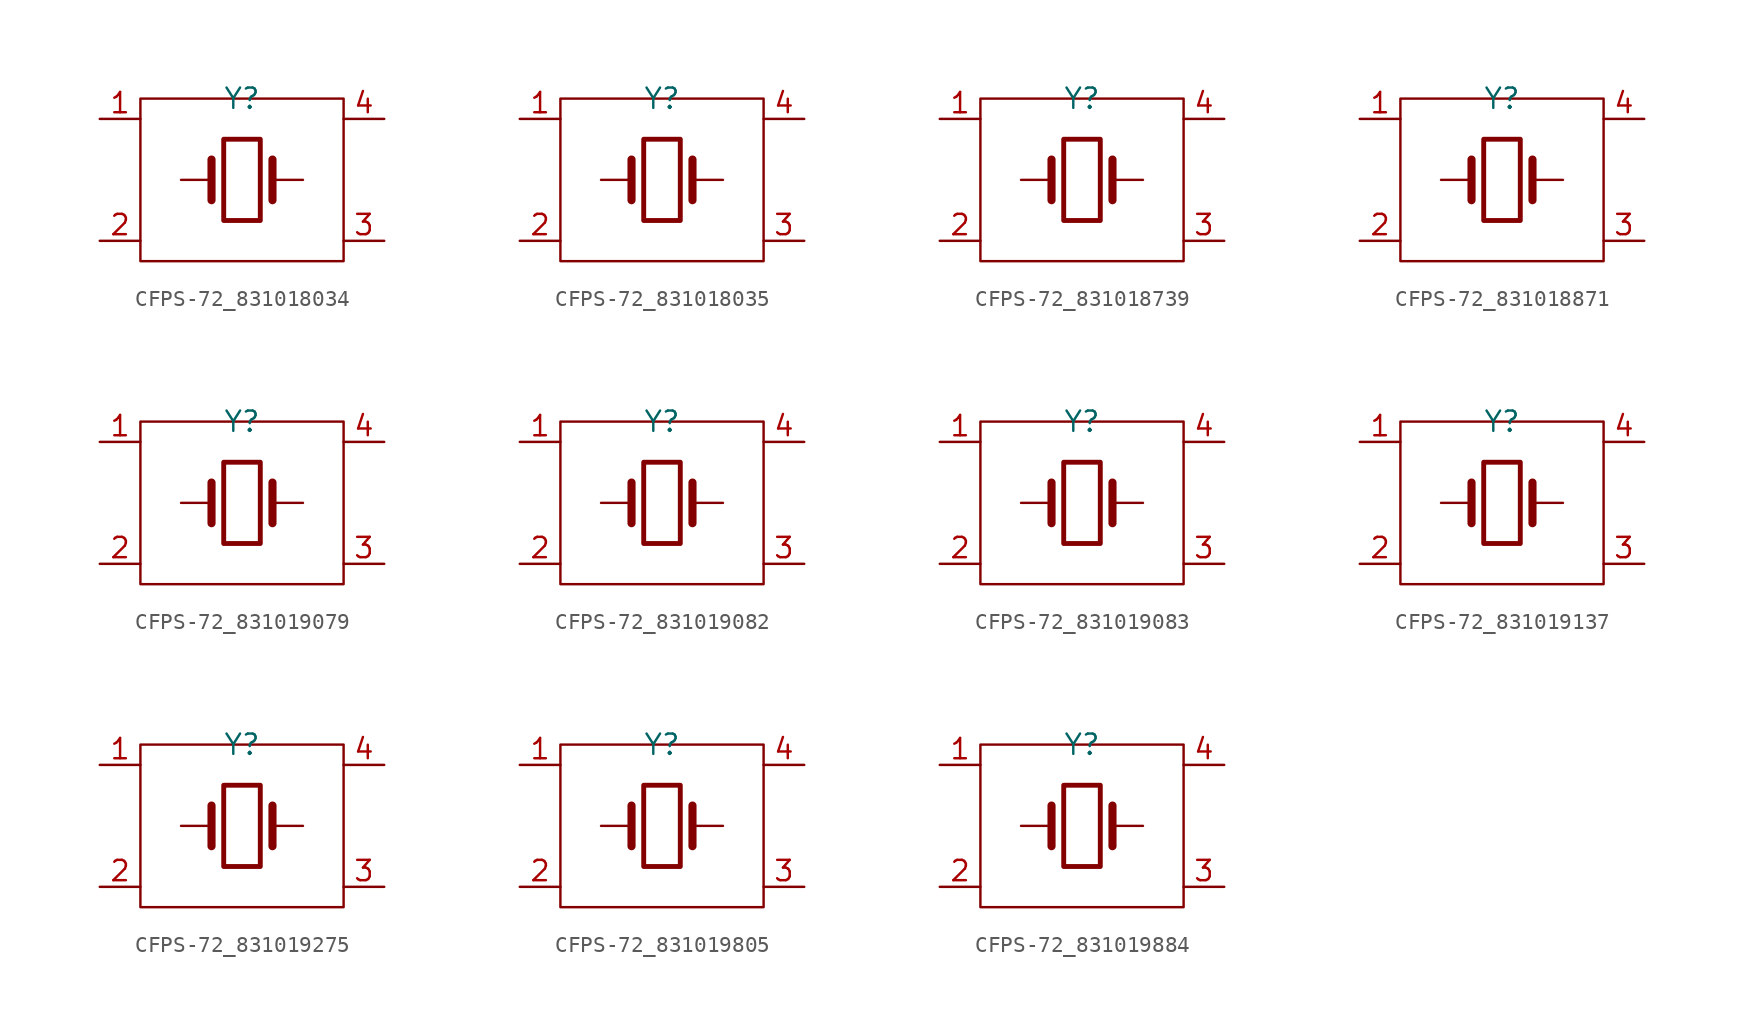
<source format=kicad_sym>
(kicad_symbol_lib
  (version 20220914)
  (generator kicad_symbol_editor)
  (symbol "CFPS-72_831018034"
    (pin_names hide)
    (property "Reference" "Y"
      (at 0 5.08 0)
      (effects (font (size 1.27 1.27))))
    (property "Critical Parameter" ""
      (at 0 -5.08 0)
      (effects (font (size 1.27 1.27)) (justify left)))
    (symbol "CFPS-72_831018034_0_1"
      (rectangle (start -6.35 5.08) (end 6.35 -5.08) (stroke (width 0) (type default)) (fill (type none)))
      (rectangle (start -1.143 2.54) (end 1.143 -2.54) (stroke (width 0.305) (type default)) (fill (type none)))
      (polyline (pts (xy -3.81 0) (xy -1.905 0)) (stroke (width 0) (type default)) (fill (type none)))
      (polyline (pts (xy -1.905 -1.27) (xy -1.905 1.27)) (stroke (width 0.508) (type default)) (fill (type none)))
      (polyline (pts (xy 1.905 -1.27) (xy 1.905 1.27)) (stroke (width 0.508) (type default)) (fill (type none)))
      (polyline (pts (xy 3.81 0) (xy 1.905 0)) (stroke (width 0) (type default)) (fill (type none))))
    (symbol "CFPS-72_831018034_1_1"
      (pin passive line (at -8.89 3.81 0) (length 2.54) (name "E/D" (effects (font (size 1.27 1.27)))) (number "1" (effects (font (size 1.27 1.27)))))
      (pin passive line (at -8.89 -3.81 0) (length 2.54) (name "GND" (effects (font (size 1.27 1.27)))) (number "2" (effects (font (size 1.27 1.27)))))
      (pin passive line (at 8.89 -3.81 180) (length 2.54) (name "OUT" (effects (font (size 1.27 1.27)))) (number "3" (effects (font (size 1.27 1.27)))))
      (pin passive line (at 8.89 3.81 180) (length 2.54) (name "+VS" (effects (font (size 1.27 1.27)))) (number "4" (effects (font (size 1.27 1.27)))))))
  (symbol "CFPS-72_831018035"
    (pin_names hide)
    (property "Reference" "Y"
      (at 0 5.08 0)
      (effects (font (size 1.27 1.27))))
    (property "Critical Parameter" ""
      (at 0 -5.08 0)
      (effects (font (size 1.27 1.27)) (justify left)))
    (symbol "CFPS-72_831018035_0_1"
      (rectangle (start -6.35 5.08) (end 6.35 -5.08) (stroke (width 0) (type default)) (fill (type none)))
      (rectangle (start -1.143 2.54) (end 1.143 -2.54) (stroke (width 0.305) (type default)) (fill (type none)))
      (polyline (pts (xy -3.81 0) (xy -1.905 0)) (stroke (width 0) (type default)) (fill (type none)))
      (polyline (pts (xy -1.905 -1.27) (xy -1.905 1.27)) (stroke (width 0.508) (type default)) (fill (type none)))
      (polyline (pts (xy 1.905 -1.27) (xy 1.905 1.27)) (stroke (width 0.508) (type default)) (fill (type none)))
      (polyline (pts (xy 3.81 0) (xy 1.905 0)) (stroke (width 0) (type default)) (fill (type none))))
    (symbol "CFPS-72_831018035_1_1"
      (pin passive line (at -8.89 3.81 0) (length 2.54) (name "E/D" (effects (font (size 1.27 1.27)))) (number "1" (effects (font (size 1.27 1.27)))))
      (pin passive line (at -8.89 -3.81 0) (length 2.54) (name "GND" (effects (font (size 1.27 1.27)))) (number "2" (effects (font (size 1.27 1.27)))))
      (pin passive line (at 8.89 -3.81 180) (length 2.54) (name "OUT" (effects (font (size 1.27 1.27)))) (number "3" (effects (font (size 1.27 1.27)))))
      (pin passive line (at 8.89 3.81 180) (length 2.54) (name "+VS" (effects (font (size 1.27 1.27)))) (number "4" (effects (font (size 1.27 1.27)))))))
  (symbol "CFPS-72_831018739"
    (pin_names hide)
    (property "Reference" "Y"
      (at 0 5.08 0)
      (effects (font (size 1.27 1.27))))
    (property "Critical Parameter" ""
      (at 0 -5.08 0)
      (effects (font (size 1.27 1.27)) (justify left)))
    (symbol "CFPS-72_831018739_0_1"
      (rectangle (start -6.35 5.08) (end 6.35 -5.08) (stroke (width 0) (type default)) (fill (type none)))
      (rectangle (start -1.143 2.54) (end 1.143 -2.54) (stroke (width 0.305) (type default)) (fill (type none)))
      (polyline (pts (xy -3.81 0) (xy -1.905 0)) (stroke (width 0) (type default)) (fill (type none)))
      (polyline (pts (xy -1.905 -1.27) (xy -1.905 1.27)) (stroke (width 0.508) (type default)) (fill (type none)))
      (polyline (pts (xy 1.905 -1.27) (xy 1.905 1.27)) (stroke (width 0.508) (type default)) (fill (type none)))
      (polyline (pts (xy 3.81 0) (xy 1.905 0)) (stroke (width 0) (type default)) (fill (type none))))
    (symbol "CFPS-72_831018739_1_1"
      (pin passive line (at -8.89 3.81 0) (length 2.54) (name "E/D" (effects (font (size 1.27 1.27)))) (number "1" (effects (font (size 1.27 1.27)))))
      (pin passive line (at -8.89 -3.81 0) (length 2.54) (name "GND" (effects (font (size 1.27 1.27)))) (number "2" (effects (font (size 1.27 1.27)))))
      (pin passive line (at 8.89 -3.81 180) (length 2.54) (name "OUT" (effects (font (size 1.27 1.27)))) (number "3" (effects (font (size 1.27 1.27)))))
      (pin passive line (at 8.89 3.81 180) (length 2.54) (name "+VS" (effects (font (size 1.27 1.27)))) (number "4" (effects (font (size 1.27 1.27)))))))
  (symbol "CFPS-72_831018871"
    (pin_names hide)
    (property "Reference" "Y"
      (at 0 5.08 0)
      (effects (font (size 1.27 1.27))))
    (property "Critical Parameter" ""
      (at 0 -5.08 0)
      (effects (font (size 1.27 1.27)) (justify left)))
    (symbol "CFPS-72_831018871_0_1"
      (rectangle (start -6.35 5.08) (end 6.35 -5.08) (stroke (width 0) (type default)) (fill (type none)))
      (rectangle (start -1.143 2.54) (end 1.143 -2.54) (stroke (width 0.305) (type default)) (fill (type none)))
      (polyline (pts (xy -3.81 0) (xy -1.905 0)) (stroke (width 0) (type default)) (fill (type none)))
      (polyline (pts (xy -1.905 -1.27) (xy -1.905 1.27)) (stroke (width 0.508) (type default)) (fill (type none)))
      (polyline (pts (xy 1.905 -1.27) (xy 1.905 1.27)) (stroke (width 0.508) (type default)) (fill (type none)))
      (polyline (pts (xy 3.81 0) (xy 1.905 0)) (stroke (width 0) (type default)) (fill (type none))))
    (symbol "CFPS-72_831018871_1_1"
      (pin passive line (at -8.89 3.81 0) (length 2.54) (name "E/D" (effects (font (size 1.27 1.27)))) (number "1" (effects (font (size 1.27 1.27)))))
      (pin passive line (at -8.89 -3.81 0) (length 2.54) (name "GND" (effects (font (size 1.27 1.27)))) (number "2" (effects (font (size 1.27 1.27)))))
      (pin passive line (at 8.89 -3.81 180) (length 2.54) (name "OUT" (effects (font (size 1.27 1.27)))) (number "3" (effects (font (size 1.27 1.27)))))
      (pin passive line (at 8.89 3.81 180) (length 2.54) (name "+VS" (effects (font (size 1.27 1.27)))) (number "4" (effects (font (size 1.27 1.27)))))))
  (symbol "CFPS-72_831019079"
    (pin_names hide)
    (property "Reference" "Y"
      (at 0 5.08 0)
      (effects (font (size 1.27 1.27))))
    (property "Critical Parameter" ""
      (at 0 -5.08 0)
      (effects (font (size 1.27 1.27)) (justify left)))
    (symbol "CFPS-72_831019079_0_1"
      (rectangle (start -6.35 5.08) (end 6.35 -5.08) (stroke (width 0) (type default)) (fill (type none)))
      (rectangle (start -1.143 2.54) (end 1.143 -2.54) (stroke (width 0.305) (type default)) (fill (type none)))
      (polyline (pts (xy -3.81 0) (xy -1.905 0)) (stroke (width 0) (type default)) (fill (type none)))
      (polyline (pts (xy -1.905 -1.27) (xy -1.905 1.27)) (stroke (width 0.508) (type default)) (fill (type none)))
      (polyline (pts (xy 1.905 -1.27) (xy 1.905 1.27)) (stroke (width 0.508) (type default)) (fill (type none)))
      (polyline (pts (xy 3.81 0) (xy 1.905 0)) (stroke (width 0) (type default)) (fill (type none))))
    (symbol "CFPS-72_831019079_1_1"
      (pin passive line (at -8.89 3.81 0) (length 2.54) (name "E/D" (effects (font (size 1.27 1.27)))) (number "1" (effects (font (size 1.27 1.27)))))
      (pin passive line (at -8.89 -3.81 0) (length 2.54) (name "GND" (effects (font (size 1.27 1.27)))) (number "2" (effects (font (size 1.27 1.27)))))
      (pin passive line (at 8.89 -3.81 180) (length 2.54) (name "OUT" (effects (font (size 1.27 1.27)))) (number "3" (effects (font (size 1.27 1.27)))))
      (pin passive line (at 8.89 3.81 180) (length 2.54) (name "+VS" (effects (font (size 1.27 1.27)))) (number "4" (effects (font (size 1.27 1.27)))))))
  (symbol "CFPS-72_831019082"
    (pin_names hide)
    (property "Reference" "Y"
      (at 0 5.08 0)
      (effects (font (size 1.27 1.27))))
    (property "Critical Parameter" ""
      (at 0 -5.08 0)
      (effects (font (size 1.27 1.27)) (justify left)))
    (symbol "CFPS-72_831019082_0_1"
      (rectangle (start -6.35 5.08) (end 6.35 -5.08) (stroke (width 0) (type default)) (fill (type none)))
      (rectangle (start -1.143 2.54) (end 1.143 -2.54) (stroke (width 0.305) (type default)) (fill (type none)))
      (polyline (pts (xy -3.81 0) (xy -1.905 0)) (stroke (width 0) (type default)) (fill (type none)))
      (polyline (pts (xy -1.905 -1.27) (xy -1.905 1.27)) (stroke (width 0.508) (type default)) (fill (type none)))
      (polyline (pts (xy 1.905 -1.27) (xy 1.905 1.27)) (stroke (width 0.508) (type default)) (fill (type none)))
      (polyline (pts (xy 3.81 0) (xy 1.905 0)) (stroke (width 0) (type default)) (fill (type none))))
    (symbol "CFPS-72_831019082_1_1"
      (pin passive line (at -8.89 3.81 0) (length 2.54) (name "E/D" (effects (font (size 1.27 1.27)))) (number "1" (effects (font (size 1.27 1.27)))))
      (pin passive line (at -8.89 -3.81 0) (length 2.54) (name "GND" (effects (font (size 1.27 1.27)))) (number "2" (effects (font (size 1.27 1.27)))))
      (pin passive line (at 8.89 -3.81 180) (length 2.54) (name "OUT" (effects (font (size 1.27 1.27)))) (number "3" (effects (font (size 1.27 1.27)))))
      (pin passive line (at 8.89 3.81 180) (length 2.54) (name "+VS" (effects (font (size 1.27 1.27)))) (number "4" (effects (font (size 1.27 1.27)))))))
  (symbol "CFPS-72_831019083"
    (pin_names hide)
    (property "Reference" "Y"
      (at 0 5.08 0)
      (effects (font (size 1.27 1.27))))
    (property "Critical Parameter" ""
      (at 0 -5.08 0)
      (effects (font (size 1.27 1.27)) (justify left)))
    (symbol "CFPS-72_831019083_0_1"
      (rectangle (start -6.35 5.08) (end 6.35 -5.08) (stroke (width 0) (type default)) (fill (type none)))
      (rectangle (start -1.143 2.54) (end 1.143 -2.54) (stroke (width 0.305) (type default)) (fill (type none)))
      (polyline (pts (xy -3.81 0) (xy -1.905 0)) (stroke (width 0) (type default)) (fill (type none)))
      (polyline (pts (xy -1.905 -1.27) (xy -1.905 1.27)) (stroke (width 0.508) (type default)) (fill (type none)))
      (polyline (pts (xy 1.905 -1.27) (xy 1.905 1.27)) (stroke (width 0.508) (type default)) (fill (type none)))
      (polyline (pts (xy 3.81 0) (xy 1.905 0)) (stroke (width 0) (type default)) (fill (type none))))
    (symbol "CFPS-72_831019083_1_1"
      (pin passive line (at -8.89 3.81 0) (length 2.54) (name "E/D" (effects (font (size 1.27 1.27)))) (number "1" (effects (font (size 1.27 1.27)))))
      (pin passive line (at -8.89 -3.81 0) (length 2.54) (name "GND" (effects (font (size 1.27 1.27)))) (number "2" (effects (font (size 1.27 1.27)))))
      (pin passive line (at 8.89 -3.81 180) (length 2.54) (name "OUT" (effects (font (size 1.27 1.27)))) (number "3" (effects (font (size 1.27 1.27)))))
      (pin passive line (at 8.89 3.81 180) (length 2.54) (name "+VS" (effects (font (size 1.27 1.27)))) (number "4" (effects (font (size 1.27 1.27)))))))
  (symbol "CFPS-72_831019137"
    (pin_names hide)
    (property "Reference" "Y"
      (at 0 5.08 0)
      (effects (font (size 1.27 1.27))))
    (property "Critical Parameter" ""
      (at 0 -5.08 0)
      (effects (font (size 1.27 1.27)) (justify left)))
    (symbol "CFPS-72_831019137_0_1"
      (rectangle (start -6.35 5.08) (end 6.35 -5.08) (stroke (width 0) (type default)) (fill (type none)))
      (rectangle (start -1.143 2.54) (end 1.143 -2.54) (stroke (width 0.305) (type default)) (fill (type none)))
      (polyline (pts (xy -3.81 0) (xy -1.905 0)) (stroke (width 0) (type default)) (fill (type none)))
      (polyline (pts (xy -1.905 -1.27) (xy -1.905 1.27)) (stroke (width 0.508) (type default)) (fill (type none)))
      (polyline (pts (xy 1.905 -1.27) (xy 1.905 1.27)) (stroke (width 0.508) (type default)) (fill (type none)))
      (polyline (pts (xy 3.81 0) (xy 1.905 0)) (stroke (width 0) (type default)) (fill (type none))))
    (symbol "CFPS-72_831019137_1_1"
      (pin passive line (at -8.89 3.81 0) (length 2.54) (name "E/D" (effects (font (size 1.27 1.27)))) (number "1" (effects (font (size 1.27 1.27)))))
      (pin passive line (at -8.89 -3.81 0) (length 2.54) (name "GND" (effects (font (size 1.27 1.27)))) (number "2" (effects (font (size 1.27 1.27)))))
      (pin passive line (at 8.89 -3.81 180) (length 2.54) (name "OUT" (effects (font (size 1.27 1.27)))) (number "3" (effects (font (size 1.27 1.27)))))
      (pin passive line (at 8.89 3.81 180) (length 2.54) (name "+VS" (effects (font (size 1.27 1.27)))) (number "4" (effects (font (size 1.27 1.27)))))))
  (symbol "CFPS-72_831019275"
    (pin_names hide)
    (property "Reference" "Y"
      (at 0 5.08 0)
      (effects (font (size 1.27 1.27))))
    (property "Critical Parameter" ""
      (at 0 -5.08 0)
      (effects (font (size 1.27 1.27)) (justify left)))
    (symbol "CFPS-72_831019275_0_1"
      (rectangle (start -6.35 5.08) (end 6.35 -5.08) (stroke (width 0) (type default)) (fill (type none)))
      (rectangle (start -1.143 2.54) (end 1.143 -2.54) (stroke (width 0.305) (type default)) (fill (type none)))
      (polyline (pts (xy -3.81 0) (xy -1.905 0)) (stroke (width 0) (type default)) (fill (type none)))
      (polyline (pts (xy -1.905 -1.27) (xy -1.905 1.27)) (stroke (width 0.508) (type default)) (fill (type none)))
      (polyline (pts (xy 1.905 -1.27) (xy 1.905 1.27)) (stroke (width 0.508) (type default)) (fill (type none)))
      (polyline (pts (xy 3.81 0) (xy 1.905 0)) (stroke (width 0) (type default)) (fill (type none))))
    (symbol "CFPS-72_831019275_1_1"
      (pin passive line (at -8.89 3.81 0) (length 2.54) (name "E/D" (effects (font (size 1.27 1.27)))) (number "1" (effects (font (size 1.27 1.27)))))
      (pin passive line (at -8.89 -3.81 0) (length 2.54) (name "GND" (effects (font (size 1.27 1.27)))) (number "2" (effects (font (size 1.27 1.27)))))
      (pin passive line (at 8.89 -3.81 180) (length 2.54) (name "OUT" (effects (font (size 1.27 1.27)))) (number "3" (effects (font (size 1.27 1.27)))))
      (pin passive line (at 8.89 3.81 180) (length 2.54) (name "+VS" (effects (font (size 1.27 1.27)))) (number "4" (effects (font (size 1.27 1.27)))))))
  (symbol "CFPS-72_831019805"
    (pin_names hide)
    (property "Reference" "Y"
      (at 0 5.08 0)
      (effects (font (size 1.27 1.27))))
    (property "Critical Parameter" ""
      (at 0 -5.08 0)
      (effects (font (size 1.27 1.27)) (justify left)))
    (symbol "CFPS-72_831019805_0_1"
      (rectangle (start -6.35 5.08) (end 6.35 -5.08) (stroke (width 0) (type default)) (fill (type none)))
      (rectangle (start -1.143 2.54) (end 1.143 -2.54) (stroke (width 0.305) (type default)) (fill (type none)))
      (polyline (pts (xy -3.81 0) (xy -1.905 0)) (stroke (width 0) (type default)) (fill (type none)))
      (polyline (pts (xy -1.905 -1.27) (xy -1.905 1.27)) (stroke (width 0.508) (type default)) (fill (type none)))
      (polyline (pts (xy 1.905 -1.27) (xy 1.905 1.27)) (stroke (width 0.508) (type default)) (fill (type none)))
      (polyline (pts (xy 3.81 0) (xy 1.905 0)) (stroke (width 0) (type default)) (fill (type none))))
    (symbol "CFPS-72_831019805_1_1"
      (pin passive line (at -8.89 3.81 0) (length 2.54) (name "E/D" (effects (font (size 1.27 1.27)))) (number "1" (effects (font (size 1.27 1.27)))))
      (pin passive line (at -8.89 -3.81 0) (length 2.54) (name "GND" (effects (font (size 1.27 1.27)))) (number "2" (effects (font (size 1.27 1.27)))))
      (pin passive line (at 8.89 -3.81 180) (length 2.54) (name "OUT" (effects (font (size 1.27 1.27)))) (number "3" (effects (font (size 1.27 1.27)))))
      (pin passive line (at 8.89 3.81 180) (length 2.54) (name "+VS" (effects (font (size 1.27 1.27)))) (number "4" (effects (font (size 1.27 1.27)))))))
  (symbol "CFPS-72_831019884"
    (pin_names hide)
    (property "Reference" "Y"
      (at 0 5.08 0)
      (effects (font (size 1.27 1.27))))
    (property "Critical Parameter" ""
      (at 0 -5.08 0)
      (effects (font (size 1.27 1.27)) (justify left)))
    (symbol "CFPS-72_831019884_0_1"
      (rectangle (start -6.35 5.08) (end 6.35 -5.08) (stroke (width 0) (type default)) (fill (type none)))
      (rectangle (start -1.143 2.54) (end 1.143 -2.54) (stroke (width 0.305) (type default)) (fill (type none)))
      (polyline (pts (xy -3.81 0) (xy -1.905 0)) (stroke (width 0) (type default)) (fill (type none)))
      (polyline (pts (xy -1.905 -1.27) (xy -1.905 1.27)) (stroke (width 0.508) (type default)) (fill (type none)))
      (polyline (pts (xy 1.905 -1.27) (xy 1.905 1.27)) (stroke (width 0.508) (type default)) (fill (type none)))
      (polyline (pts (xy 3.81 0) (xy 1.905 0)) (stroke (width 0) (type default)) (fill (type none))))
    (symbol "CFPS-72_831019884_1_1"
      (pin passive line (at -8.89 3.81 0) (length 2.54) (name "E/D" (effects (font (size 1.27 1.27)))) (number "1" (effects (font (size 1.27 1.27)))))
      (pin passive line (at -8.89 -3.81 0) (length 2.54) (name "GND" (effects (font (size 1.27 1.27)))) (number "2" (effects (font (size 1.27 1.27)))))
      (pin passive line (at 8.89 -3.81 180) (length 2.54) (name "OUT" (effects (font (size 1.27 1.27)))) (number "3" (effects (font (size 1.27 1.27)))))
      (pin passive line (at 8.89 3.81 180) (length 2.54) (name "+VS" (effects (font (size 1.27 1.27)))) (number "4" (effects (font (size 1.27 1.27))))))))
</source>
